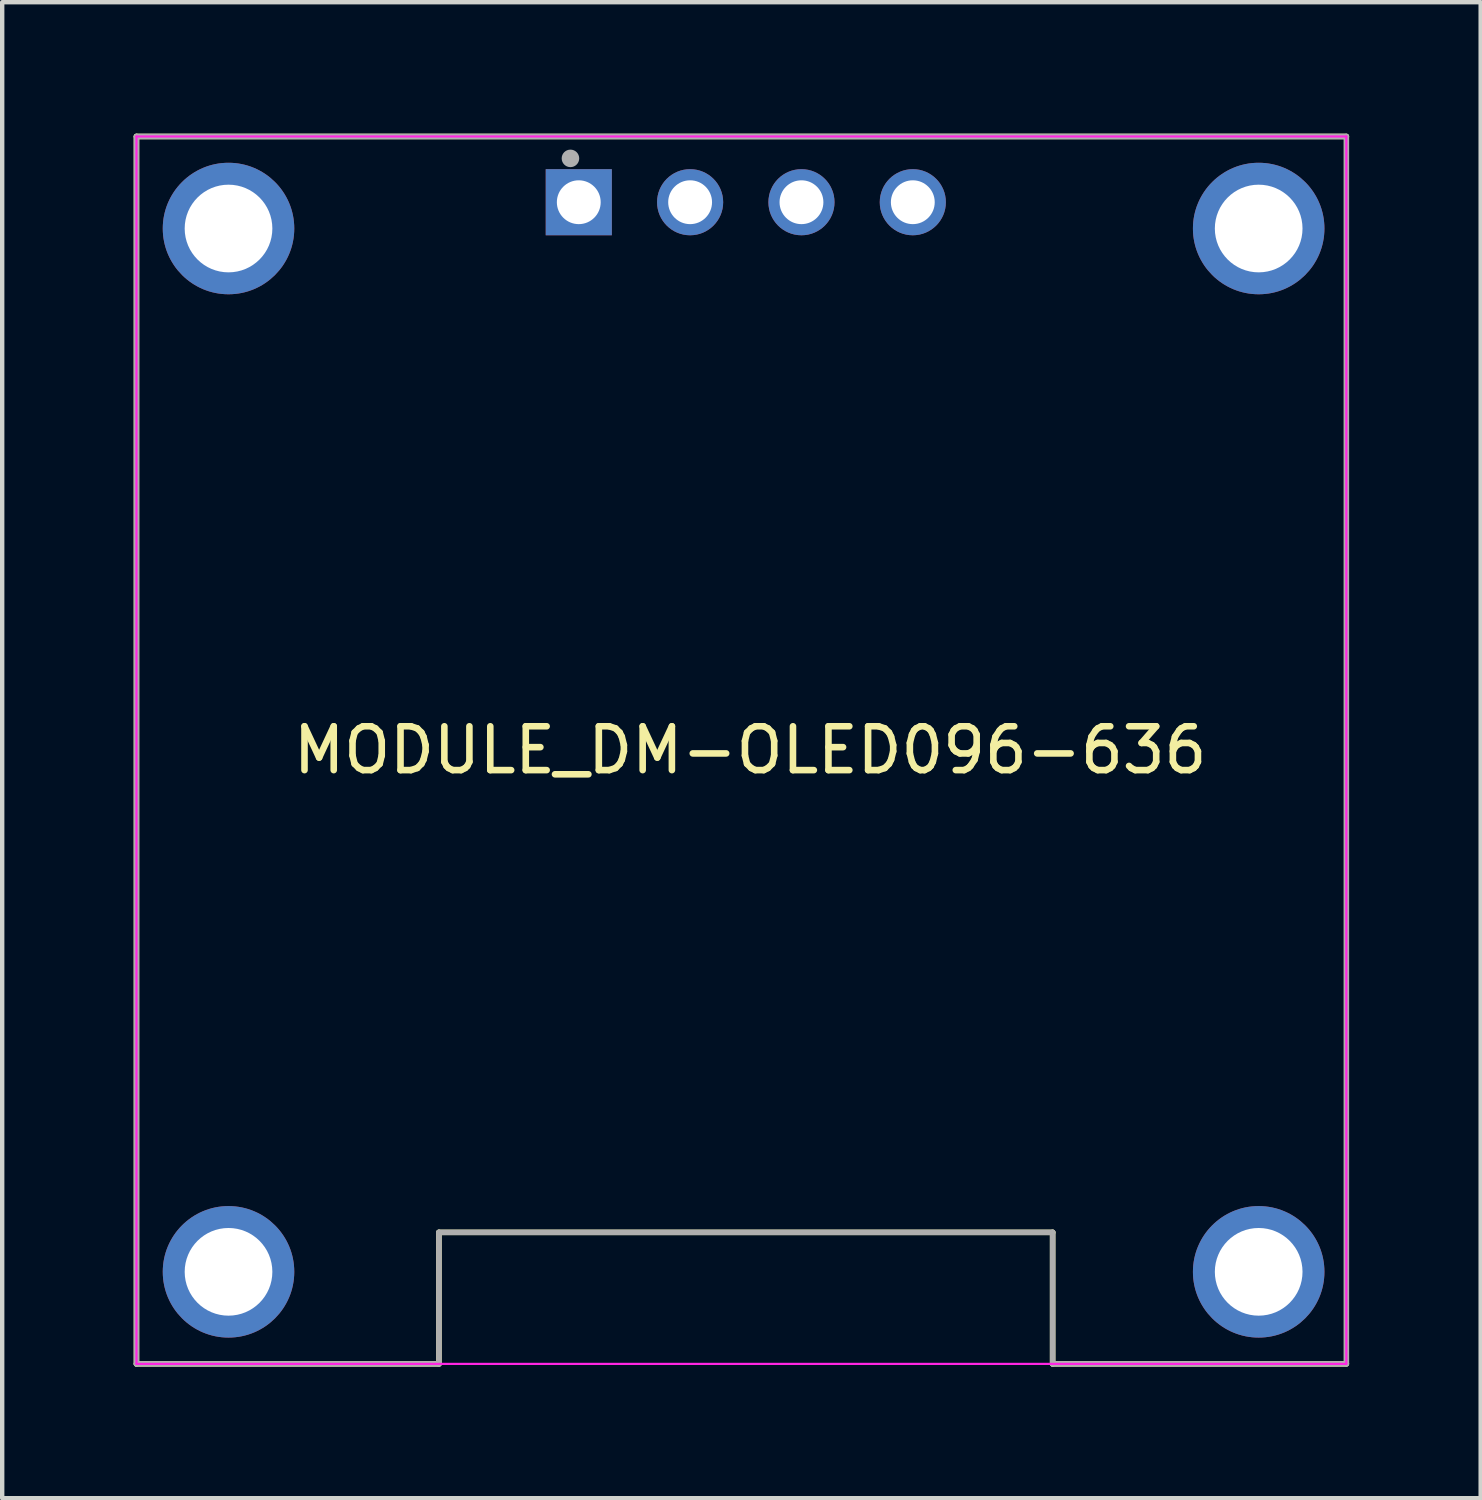
<source format=kicad_pcb>
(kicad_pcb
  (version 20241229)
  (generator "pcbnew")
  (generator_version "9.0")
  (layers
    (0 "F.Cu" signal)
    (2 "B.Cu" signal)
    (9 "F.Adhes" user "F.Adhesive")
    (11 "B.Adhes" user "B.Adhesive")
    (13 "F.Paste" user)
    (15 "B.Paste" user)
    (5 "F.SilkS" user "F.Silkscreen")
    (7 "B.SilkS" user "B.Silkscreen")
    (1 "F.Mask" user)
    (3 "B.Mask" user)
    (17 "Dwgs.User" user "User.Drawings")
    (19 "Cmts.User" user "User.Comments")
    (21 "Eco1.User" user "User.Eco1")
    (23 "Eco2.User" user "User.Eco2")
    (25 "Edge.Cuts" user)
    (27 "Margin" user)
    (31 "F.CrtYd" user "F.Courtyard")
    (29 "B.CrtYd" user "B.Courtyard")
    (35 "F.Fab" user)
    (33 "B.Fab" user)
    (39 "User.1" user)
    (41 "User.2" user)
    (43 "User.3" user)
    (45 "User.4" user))
  (footprint "MODULE_DM-OLED096-636"
    (layer "F.Cu")
    (at 13.963 14.063)
    (property "Reference" "MODULE_DM-OLED096-636" (at 0.1 0 0) (layer "F.SilkS") (effects (font (size 1 1) (thickness 0.15))))
    (attr through_hole)
    (fp_line (start -13.9 -14) (end 13.7 -14) (stroke (width 0.127) (type solid)) (layer "F.SilkS"))
    (fp_line (start -13.9 14) (end -13.9 -14) (stroke (width 0.127) (type solid)) (layer "F.SilkS"))
    (fp_line (start -7 11) (end -7 14) (stroke (width 0.127) (type solid)) (layer "F.SilkS"))
    (fp_line (start -7 14) (end -13.9 14) (stroke (width 0.127) (type solid)) (layer "F.SilkS"))
    (fp_line (start 7 11) (end -7 11) (stroke (width 0.127) (type solid)) (layer "F.SilkS"))
    (fp_line (start 7 14) (end 7 11) (stroke (width 0.127) (type solid)) (layer "F.SilkS"))
    (fp_line (start 13.7 14) (end 7 14) (stroke (width 0.127) (type solid)) (layer "F.SilkS"))
    (fp_line (start 13.7 14) (end 13.7 -14) (stroke (width 0.1) (type default)) (layer "F.SilkS"))
    (fp_line (start -13.9 -14) (end 13.7 -14) (stroke (width 0.05) (type solid)) (layer "F.CrtYd"))
    (fp_line (start -13.9 14) (end -13.9 -14) (stroke (width 0.05) (type solid)) (layer "F.CrtYd"))
    (fp_line (start 13.7 -14) (end 13.7 14) (stroke (width 0.05) (type solid)) (layer "F.CrtYd"))
    (fp_line (start 13.7 14) (end -13.9 14) (stroke (width 0.05) (type solid)) (layer "F.CrtYd"))
    (fp_line (start -13.9 -14) (end 13.7 -14) (stroke (width 0.127) (type solid)) (layer "F.Fab"))
    (fp_line (start -13.9 14) (end -13.9 -14) (stroke (width 0.127) (type solid)) (layer "F.Fab"))
    (fp_line (start -7 11) (end 7 11) (stroke (width 0.127) (type solid)) (layer "F.Fab"))
    (fp_line (start -7 14) (end -13.9 14) (stroke (width 0.127) (type solid)) (layer "F.Fab"))
    (fp_line (start -7 14) (end -7 11) (stroke (width 0.127) (type solid)) (layer "F.Fab"))
    (fp_line (start 7 11) (end 7 14) (stroke (width 0.127) (type solid)) (layer "F.Fab"))
    (fp_line (start 13.7 -14) (end 13.7 14) (stroke (width 0.127) (type solid)) (layer "F.Fab"))
    (fp_line (start 13.7 14) (end 7 14) (stroke (width 0.127) (type solid)) (layer "F.Fab"))
    (fp_circle (center -4 -13.5) (end -3.9 -13.5) (stroke (width 0.2) (type solid)) (fill no) (layer "F.Fab"))
    (pad "1" thru_hole rect (at -3.81 -12.5) (size 1.508 1.508) (drill 1) (layers "*.Cu" "*.Mask"))
    (pad "2" thru_hole circle (at -1.27 -12.5) (size 1.508 1.508) (drill 1) (layers "*.Cu" "*.Mask"))
    (pad "3" thru_hole circle (at 1.27 -12.5) (size 1.508 1.508) (drill 1) (layers "*.Cu" "*.Mask"))
    (pad "4" thru_hole circle (at 3.81 -12.5) (size 1.508 1.508) (drill 1) (layers "*.Cu" "*.Mask"))
    (pad "S1" thru_hole circle (at -11.8 -11.9) (size 3 3) (drill 2) (layers "*.Cu" "*.Mask"))
    (pad "S2" thru_hole circle (at 11.7 -11.9) (size 3 3) (drill 2) (layers "*.Cu" "*.Mask"))
    (pad "S3" thru_hole circle (at 11.7 11.9) (size 3 3) (drill 2) (layers "*.Cu" "*.Mask"))
    (pad "S4" thru_hole circle (at -11.8 11.9) (size 3 3) (drill 2) (layers "*.Cu" "*.Mask")))
  (gr_rect
    (start -3 -3)
    (end 30.727 31.127)
    (stroke (width 0.1) (type default))
    (fill no)
    (layer "Edge.Cuts")))
</source>
